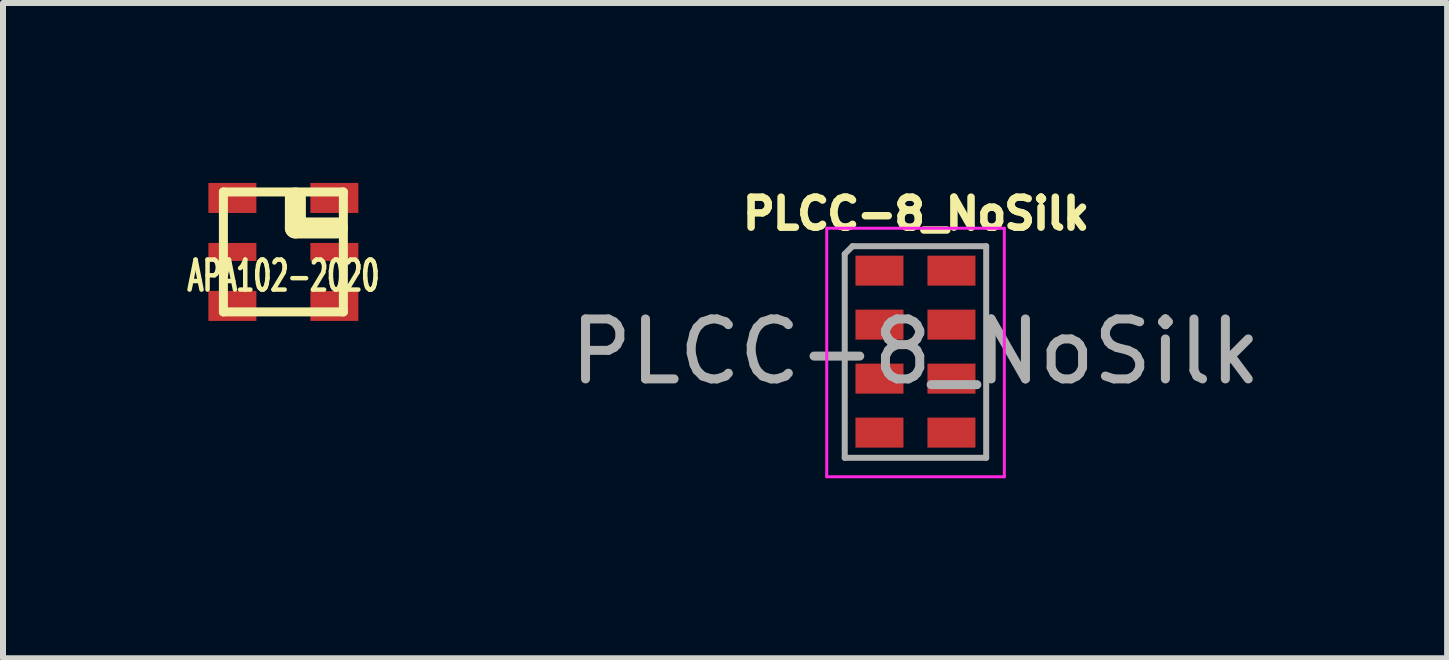
<source format=kicad_pcb>
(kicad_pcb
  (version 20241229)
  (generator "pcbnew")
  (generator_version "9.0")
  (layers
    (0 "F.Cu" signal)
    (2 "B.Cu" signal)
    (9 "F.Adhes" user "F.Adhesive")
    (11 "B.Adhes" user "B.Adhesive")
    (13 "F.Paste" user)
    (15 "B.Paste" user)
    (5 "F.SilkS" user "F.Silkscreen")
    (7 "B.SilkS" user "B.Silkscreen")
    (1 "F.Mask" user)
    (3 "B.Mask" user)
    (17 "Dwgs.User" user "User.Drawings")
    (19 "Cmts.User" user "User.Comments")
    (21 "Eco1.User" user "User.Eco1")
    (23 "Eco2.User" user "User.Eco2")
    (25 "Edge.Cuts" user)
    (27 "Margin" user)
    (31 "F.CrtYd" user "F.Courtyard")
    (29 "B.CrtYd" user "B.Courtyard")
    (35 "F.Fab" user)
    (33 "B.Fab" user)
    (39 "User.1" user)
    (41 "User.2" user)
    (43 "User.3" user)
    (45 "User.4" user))
  (footprint "PLCC-8_NoSilk"
    (layer "F.Cu")
    (at 12.211 2.812)
    (property "Reference" "PLCC-8_NoSilk" (at 0.01 -2.3 0) (layer "F.SilkS") (effects (font (size 0.5 0.5) (thickness 0.125))))
    (attr smd)
    (fp_line (start -1.479 -2.056) (end -1.479 2.086) (stroke (width 0.05) (type solid)) (layer "F.CrtYd"))
    (fp_line (start -1.478 2.086) (end 1.482 2.086) (stroke (width 0.05) (type solid)) (layer "F.CrtYd"))
    (fp_line (start 1.481 -2.057) (end -1.479 -2.057) (stroke (width 0.05) (type solid)) (layer "F.CrtYd"))
    (fp_line (start 1.482 2.086) (end 1.481 -2.057) (stroke (width 0.05) (type solid)) (layer "F.CrtYd"))
    (fp_line (start -1.179 -1.628) (end -1.179 1.77) (stroke (width 0.1) (type solid)) (layer "F.Fab"))
    (fp_line (start -1.179 1.77) (end 1.179 1.77) (stroke (width 0.1) (type solid)) (layer "F.Fab"))
    (fp_line (start -1.049 -1.758) (end -1.179 -1.628) (stroke (width 0.1) (type solid)) (layer "F.Fab"))
    (fp_line (start 1.179 -1.758) (end -1.049 -1.758) (stroke (width 0.1) (type solid)) (layer "F.Fab"))
    (fp_line (start 1.179 1.77) (end 1.179 -1.758) (stroke (width 0.1) (type solid)) (layer "F.Fab"))
    (fp_text user "${REFERENCE}" (at 0 0 0) (layer "F.Fab") (effects (font (size 1 1) (thickness 0.15))))
    (pad "1" smd rect (at -0.6 -1.35) (size 0.8 0.5) (layers "F.Cu" "F.Mask" "F.Paste"))
    (pad "2" smd rect (at -0.6 -0.45) (size 0.8 0.5) (layers "F.Cu" "F.Mask" "F.Paste"))
    (pad "3" smd rect (at -0.6 0.45) (size 0.8 0.5) (layers "F.Cu" "F.Mask" "F.Paste"))
    (pad "4" smd rect (at -0.6 1.35) (size 0.8 0.5) (layers "F.Cu" "F.Mask" "F.Paste"))
    (pad "5" smd rect (at 0.6 1.35) (size 0.8 0.5) (layers "F.Cu" "F.Mask" "F.Paste"))
    (pad "6" smd rect (at 0.6 0.45) (size 0.8 0.5) (layers "F.Cu" "F.Mask" "F.Paste"))
    (pad "7" smd rect (at 0.6 -0.45) (size 0.8 0.5) (layers "F.Cu" "F.Mask" "F.Paste"))
    (pad "8" smd rect (at 0.6 -1.35) (size 0.8 0.5) (layers "F.Cu" "F.Mask" "F.Paste")))
  (footprint "APA102-2020"
    (layer "F.Cu")
    (at 1.674 1.15)
    (property "Reference" "APA102-2020" (at 0 0.4 0) (layer "F.SilkS") (effects (font (size 0.5 0.3) (thickness 0.075))))
    (attr through_hole)
    (fp_line (start -1 -1) (end 1 -1) (stroke (width 0.15) (type solid)) (layer "F.SilkS"))
    (fp_line (start -1 1) (end -1 -1) (stroke (width 0.15) (type solid)) (layer "F.SilkS"))
    (fp_line (start 0.2 -0.4) (end 0.2 -0.9) (stroke (width 0.35) (type solid)) (layer "F.SilkS"))
    (fp_line (start 0.9 -0.4) (end 0.2 -0.4) (stroke (width 0.35) (type solid)) (layer "F.SilkS"))
    (fp_line (start 1 -1) (end 1 1) (stroke (width 0.15) (type solid)) (layer "F.SilkS"))
    (fp_line (start 1 1) (end -1 1) (stroke (width 0.15) (type solid)) (layer "F.SilkS"))
    (pad "1" smd rect (at 0.85 -0.9) (size 0.8 0.5) (layers "F.Cu" "F.Mask" "F.Paste"))
    (pad "2" smd rect (at -0.85 -0.9) (size 0.8 0.5) (layers "F.Cu" "F.Mask" "F.Paste"))
    (pad "3" smd rect (at -0.85 0) (size 0.8 0.3) (layers "F.Cu" "F.Mask" "F.Paste"))
    (pad "4" smd rect (at -0.85 0.9) (size 0.8 0.5) (layers "F.Cu" "F.Mask" "F.Paste"))
    (pad "5" smd rect (at 0.85 0.9) (size 0.8 0.5) (layers "F.Cu" "F.Mask" "F.Paste"))
    (pad "6" smd rect (at 0.85 0) (size 0.8 0.3) (layers "F.Cu" "F.Mask" "F.Paste")))
  (gr_rect
    (start -3 -3)
    (end 21.074 7.923)
    (stroke (width 0.1) (type default))
    (fill no)
    (layer "Edge.Cuts")))
</source>
